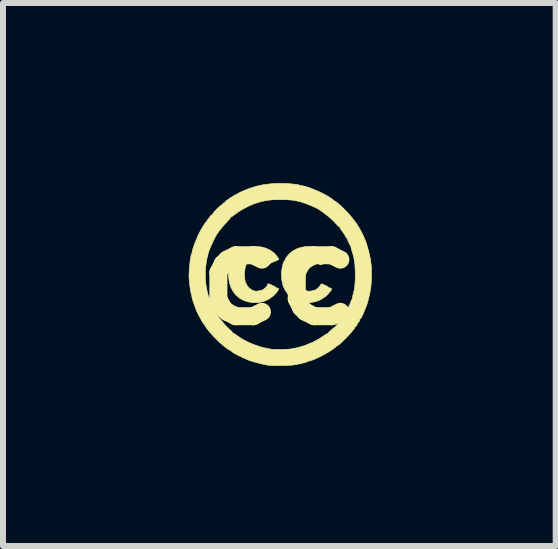
<source format=kicad_pcb>
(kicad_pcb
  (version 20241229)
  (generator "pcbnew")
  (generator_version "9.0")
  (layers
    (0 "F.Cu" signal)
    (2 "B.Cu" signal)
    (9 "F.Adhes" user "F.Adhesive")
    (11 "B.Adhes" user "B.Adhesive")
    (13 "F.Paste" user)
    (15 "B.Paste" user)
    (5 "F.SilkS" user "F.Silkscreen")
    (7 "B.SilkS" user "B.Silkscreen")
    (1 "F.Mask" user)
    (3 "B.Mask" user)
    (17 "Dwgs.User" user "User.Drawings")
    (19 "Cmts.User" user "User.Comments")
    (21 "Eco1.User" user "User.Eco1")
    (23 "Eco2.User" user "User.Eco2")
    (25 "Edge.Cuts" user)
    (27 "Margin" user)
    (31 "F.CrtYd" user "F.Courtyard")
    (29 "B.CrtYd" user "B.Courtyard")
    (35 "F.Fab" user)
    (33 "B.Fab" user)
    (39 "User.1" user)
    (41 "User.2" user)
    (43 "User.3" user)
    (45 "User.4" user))
  (footprint "cc"
    (layer "F.Cu")
    (at 1.604 1.529)
    (property "Reference" "cc" (at 0 0 0) (layer "F.SilkS") (effects (font (size 1.524 1.524) (thickness 0.3))))
    (attr through_hole)
    (fp_poly (pts (xy 0.948 0.851) (xy 0.944 0.855) (xy 0.94 0.851) (xy 0.944 0.847) (xy 0.948 0.851)) (stroke (width 0.01) (type solid)) (fill yes) (layer "F.SilkS"))
    (fp_poly (pts (xy 0.532 -0.471) (xy 0.612 -0.457) (xy 0.688 -0.431) (xy 0.75 -0.396) (xy 0.774 -0.378) (xy 0.799 -0.355) (xy 0.824 -0.329) (xy 0.847 -0.303) (xy 0.863 -0.281) (xy 0.872 -0.265) (xy 0.871 -0.259) (xy 0.862 -0.254) (xy 0.843 -0.244) (xy 0.834 -0.24) (xy 0.809 -0.227) (xy 0.777 -0.21) (xy 0.743 -0.192) (xy 0.742 -0.191) (xy 0.714 -0.177) (xy 0.692 -0.168) (xy 0.679 -0.166) (xy 0.678 -0.166) (xy 0.67 -0.177) (xy 0.66 -0.19) (xy 0.694 -0.19) (xy 0.698 -0.186) (xy 0.703 -0.19) (xy 0.698 -0.195) (xy 0.694 -0.19) (xy 0.66 -0.19) (xy 0.656 -0.196) (xy 0.654 -0.199) (xy 0.711 -0.199) (xy 0.715 -0.195) (xy 0.72 -0.199) (xy 0.715 -0.203) (xy 0.711 -0.199) (xy 0.654 -0.199) (xy 0.65 -0.204) (xy 0.647 -0.207) (xy 0.694 -0.207) (xy 0.698 -0.203) (xy 0.703 -0.207) (xy 0.698 -0.212) (xy 0.694 -0.207) (xy 0.647 -0.207) (xy 0.621 -0.233) (xy 0.583 -0.257) (xy 0.541 -0.273) (xy 0.531 -0.275) (xy 0.754 -0.275) (xy 0.758 -0.271) (xy 0.762 -0.275) (xy 0.758 -0.279) (xy 0.754 -0.275) (xy 0.531 -0.275) (xy 0.504 -0.279) (xy 0.45 -0.274) (xy 0.406 -0.256) (xy 0.367 -0.224) (xy 0.366 -0.224) (xy 0.335 -0.18) (xy 0.314 -0.126) (xy 0.301 -0.065) (xy 0.298 -0.001) (xy 0.304 0.064) (xy 0.319 0.124) (xy 0.343 0.177) (xy 0.369 0.212) (xy 0.382 0.228) (xy 0.386 0.238) (xy 0.385 0.238) (xy 0.388 0.243) (xy 0.392 0.244) (xy 0.406 0.247) (xy 0.428 0.254) (xy 0.451 0.263) (xy 0.467 0.27) (xy 0.47 0.272) (xy 0.481 0.274) (xy 0.504 0.273) (xy 0.534 0.268) (xy 0.565 0.261) (xy 0.592 0.254) (xy 0.609 0.247) (xy 0.612 0.245) (xy 0.662 0.245) (xy 0.664 0.246) (xy 0.671 0.24) (xy 0.673 0.237) (xy 0.675 0.229) (xy 0.674 0.229) (xy 0.666 0.235) (xy 0.665 0.237) (xy 0.662 0.245) (xy 0.612 0.245) (xy 0.631 0.231) (xy 0.655 0.208) (xy 0.678 0.182) (xy 0.693 0.158) (xy 0.696 0.152) (xy 0.705 0.15) (xy 0.727 0.158) (xy 0.761 0.173) (xy 0.764 0.174) (xy 0.793 0.19) (xy 0.814 0.203) (xy 0.824 0.211) (xy 0.825 0.213) (xy 0.827 0.217) (xy 0.832 0.216) (xy 0.847 0.217) (xy 0.858 0.223) (xy 0.868 0.231) (xy 0.869 0.241) (xy 0.861 0.259) (xy 0.86 0.261) (xy 0.848 0.278) (xy 0.838 0.283) (xy 0.837 0.283) (xy 0.831 0.282) (xy 0.832 0.285) (xy 0.83 0.297) (xy 0.815 0.318) (xy 0.787 0.345) (xy 0.762 0.365) (xy 0.689 0.413) (xy 0.61 0.445) (xy 0.526 0.461) (xy 0.437 0.462) (xy 0.392 0.456) (xy 0.314 0.436) (xy 0.278 0.419) (xy 0.339 0.419) (xy 0.343 0.423) (xy 0.347 0.419) (xy 0.343 0.415) (xy 0.339 0.419) (xy 0.278 0.419) (xy 0.243 0.403) (xy 0.194 0.368) (xy 0.72 0.368) (xy 0.724 0.373) (xy 0.728 0.368) (xy 0.724 0.364) (xy 0.72 0.368) (xy 0.194 0.368) (xy 0.18 0.359) (xy 0.142 0.32) (xy 0.094 0.251) (xy 0.06 0.174) (xy 0.053 0.14) (xy 0.059 0.14) (xy 0.064 0.144) (xy 0.068 0.14) (xy 0.064 0.135) (xy 0.059 0.14) (xy 0.053 0.14) (xy 0.041 0.088) (xy 0.036 -0.007) (xy 0.036 -0.03) (xy 0.04 -0.07) (xy 0.046 -0.111) (xy 0.054 -0.151) (xy 0.062 -0.184) (xy 0.065 -0.19) (xy 0.296 -0.19) (xy 0.301 -0.186) (xy 0.305 -0.19) (xy 0.301 -0.195) (xy 0.296 -0.19) (xy 0.065 -0.19) (xy 0.068 -0.199) (xy 0.322 -0.199) (xy 0.326 -0.195) (xy 0.33 -0.199) (xy 0.326 -0.203) (xy 0.322 -0.199) (xy 0.068 -0.199) (xy 0.071 -0.209) (xy 0.08 -0.223) (xy 0.085 -0.224) (xy 0.085 -0.224) (xy 0.102 -0.224) (xy 0.106 -0.22) (xy 0.11 -0.224) (xy 0.106 -0.229) (xy 0.102 -0.224) (xy 0.085 -0.224) (xy 0.089 -0.226) (xy 0.087 -0.234) (xy 0.086 -0.244) (xy 0.093 -0.241) (xy 0.1 -0.239) (xy 0.098 -0.244) (xy 0.099 -0.258) (xy 0.103 -0.267) (xy 0.119 -0.267) (xy 0.123 -0.262) (xy 0.127 -0.267) (xy 0.123 -0.271) (xy 0.119 -0.267) (xy 0.103 -0.267) (xy 0.111 -0.282) (xy 0.133 -0.312) (xy 0.146 -0.326) (xy 0.169 -0.326) (xy 0.174 -0.322) (xy 0.178 -0.326) (xy 0.174 -0.33) (xy 0.169 -0.326) (xy 0.146 -0.326) (xy 0.164 -0.347) (xy 0.169 -0.352) (xy 0.228 -0.4) (xy 0.248 -0.411) (xy 0.262 -0.411) (xy 0.267 -0.406) (xy 0.271 -0.411) (xy 0.267 -0.415) (xy 0.262 -0.411) (xy 0.248 -0.411) (xy 0.296 -0.436) (xy 0.371 -0.46) (xy 0.451 -0.472) (xy 0.532 -0.471)) (stroke (width 0.01) (type solid)) (fill yes) (layer "F.SilkS"))
    (fp_poly (pts (xy -0.295 -0.464) (xy -0.219 -0.442) (xy -0.15 -0.409) (xy -0.09 -0.365) (xy -0.071 -0.346) (xy -0.051 -0.323) (xy -0.033 -0.299) (xy -0.018 -0.278) (xy -0.01 -0.263) (xy -0.01 -0.259) (xy -0.025 -0.249) (xy -0.049 -0.237) (xy -0.076 -0.225) (xy -0.102 -0.215) (xy -0.122 -0.209) (xy -0.13 -0.209) (xy -0.135 -0.21) (xy -0.133 -0.207) (xy -0.136 -0.2) (xy -0.151 -0.188) (xy -0.163 -0.18) (xy -0.198 -0.16) (xy -0.216 -0.184) (xy -0.221 -0.19) (xy -0.186 -0.19) (xy -0.182 -0.186) (xy -0.178 -0.19) (xy -0.182 -0.195) (xy -0.186 -0.19) (xy -0.221 -0.19) (xy -0.228 -0.199) (xy -0.169 -0.199) (xy -0.165 -0.195) (xy -0.161 -0.199) (xy -0.165 -0.203) (xy -0.169 -0.199) (xy -0.228 -0.199) (xy -0.236 -0.207) (xy -0.186 -0.207) (xy -0.182 -0.203) (xy -0.178 -0.207) (xy -0.182 -0.212) (xy -0.186 -0.207) (xy -0.236 -0.207) (xy -0.25 -0.224) (xy -0.284 -0.252) (xy -0.311 -0.265) (xy -0.317 -0.267) (xy -0.034 -0.267) (xy -0.03 -0.262) (xy -0.025 -0.267) (xy -0.03 -0.271) (xy -0.034 -0.267) (xy -0.317 -0.267) (xy -0.366 -0.278) (xy -0.419 -0.276) (xy -0.468 -0.259) (xy -0.51 -0.228) (xy -0.544 -0.186) (xy -0.564 -0.14) (xy -0.574 -0.094) (xy -0.579 -0.04) (xy -0.58 0.016) (xy -0.576 0.07) (xy -0.568 0.114) (xy -0.565 0.124) (xy -0.54 0.174) (xy -0.504 0.218) (xy -0.461 0.25) (xy -0.446 0.258) (xy -0.418 0.269) (xy -0.393 0.272) (xy -0.363 0.271) (xy -0.354 0.269) (xy -0.322 0.263) (xy -0.291 0.255) (xy -0.277 0.249) (xy -0.256 0.235) (xy -0.241 0.223) (xy -0.219 0.223) (xy -0.217 0.227) (xy -0.208 0.236) (xy -0.203 0.235) (xy -0.203 0.233) (xy -0.209 0.226) (xy -0.213 0.224) (xy -0.219 0.223) (xy -0.241 0.223) (xy -0.233 0.215) (xy -0.213 0.194) (xy -0.199 0.174) (xy -0.195 0.165) (xy -0.186 0.165) (xy -0.182 0.169) (xy -0.178 0.165) (xy -0.182 0.161) (xy -0.186 0.165) (xy -0.195 0.165) (xy -0.195 0.164) (xy -0.189 0.15) (xy -0.187 0.148) (xy -0.176 0.15) (xy -0.156 0.157) (xy -0.13 0.169) (xy -0.101 0.183) (xy -0.075 0.197) (xy -0.053 0.21) (xy -0.041 0.22) (xy -0.04 0.223) (xy -0.039 0.226) (xy -0.032 0.224) (xy -0.017 0.222) (xy -0.012 0.23) (xy -0.016 0.246) (xy -0.028 0.269) (xy -0.047 0.294) (xy -0.071 0.322) (xy -0.1 0.349) (xy -0.107 0.356) (xy -0.181 0.407) (xy -0.26 0.442) (xy -0.344 0.461) (xy -0.432 0.463) (xy -0.512 0.452) (xy -0.592 0.427) (xy -0.663 0.388) (xy -0.681 0.372) (xy -0.677 0.368) (xy -0.682 0.364) (xy -0.686 0.368) (xy -0.686 0.369) (xy -0.723 0.337) (xy -0.725 0.334) (xy -0.703 0.334) (xy -0.699 0.339) (xy -0.694 0.334) (xy -0.699 0.33) (xy -0.703 0.334) (xy -0.725 0.334) (xy -0.772 0.275) (xy -0.776 0.267) (xy -0.77 0.267) (xy -0.766 0.271) (xy -0.762 0.267) (xy -0.766 0.262) (xy -0.77 0.267) (xy -0.776 0.267) (xy -0.797 0.224) (xy -0.525 0.224) (xy -0.521 0.229) (xy -0.516 0.224) (xy -0.521 0.22) (xy -0.525 0.224) (xy -0.797 0.224) (xy -0.809 0.202) (xy -0.834 0.119) (xy -0.846 0.028) (xy -0.846 -0.004) (xy -0.845 -0.044) (xy -0.84 -0.086) (xy -0.833 -0.127) (xy -0.825 -0.165) (xy -0.816 -0.196) (xy -0.806 -0.216) (xy -0.798 -0.224) (xy -0.795 -0.224) (xy -0.791 -0.226) (xy -0.793 -0.233) (xy -0.762 -0.233) (xy -0.758 -0.229) (xy -0.754 -0.233) (xy -0.533 -0.233) (xy -0.529 -0.229) (xy -0.525 -0.233) (xy -0.529 -0.237) (xy -0.533 -0.233) (xy -0.754 -0.233) (xy -0.758 -0.237) (xy -0.762 -0.233) (xy -0.793 -0.233) (xy -0.793 -0.234) (xy -0.795 -0.244) (xy -0.788 -0.241) (xy -0.78 -0.239) (xy -0.782 -0.244) (xy -0.783 -0.26) (xy -0.775 -0.277) (xy -0.522 -0.277) (xy -0.521 -0.272) (xy -0.516 -0.271) (xy -0.509 -0.274) (xy -0.51 -0.275) (xy -0.483 -0.275) (xy -0.478 -0.271) (xy -0.474 -0.275) (xy -0.478 -0.279) (xy -0.483 -0.275) (xy -0.51 -0.275) (xy -0.511 -0.277) (xy -0.521 -0.278) (xy -0.522 -0.277) (xy -0.775 -0.277) (xy -0.772 -0.283) (xy -0.765 -0.292) (xy -0.051 -0.292) (xy -0.047 -0.288) (xy -0.042 -0.292) (xy -0.047 -0.296) (xy -0.051 -0.292) (xy -0.765 -0.292) (xy -0.751 -0.311) (xy -0.737 -0.326) (xy -0.711 -0.326) (xy -0.707 -0.322) (xy -0.703 -0.326) (xy -0.707 -0.33) (xy -0.711 -0.326) (xy -0.737 -0.326) (xy -0.724 -0.341) (xy -0.694 -0.368) (xy -0.119 -0.368) (xy -0.114 -0.364) (xy -0.11 -0.368) (xy -0.114 -0.373) (xy -0.119 -0.368) (xy -0.694 -0.368) (xy -0.692 -0.37) (xy -0.657 -0.397) (xy -0.635 -0.411) (xy -0.618 -0.411) (xy -0.614 -0.406) (xy -0.61 -0.411) (xy -0.614 -0.415) (xy -0.618 -0.411) (xy -0.635 -0.411) (xy -0.623 -0.418) (xy -0.616 -0.422) (xy -0.538 -0.452) (xy -0.457 -0.469) (xy -0.375 -0.472) (xy -0.295 -0.464)) (stroke (width 0.01) (type solid)) (fill yes) (layer "F.SilkS"))
    (fp_poly (pts (xy 0.07 -1.523) (xy 0.125 -1.521) (xy 0.18 -1.517) (xy 0.232 -1.512) (xy 0.277 -1.507) (xy 0.313 -1.501) (xy 0.336 -1.495) (xy 0.342 -1.492) (xy 0.356 -1.488) (xy 0.372 -1.486) (xy 0.408 -1.479) (xy 0.456 -1.466) (xy 0.513 -1.447) (xy 0.574 -1.423) (xy 0.638 -1.396) (xy 0.701 -1.367) (xy 0.759 -1.337) (xy 0.81 -1.309) (xy 0.839 -1.29) (xy 0.866 -1.272) (xy 0.885 -1.257) (xy 0.896 -1.248) (xy 0.897 -1.245) (xy 0.889 -1.249) (xy 0.881 -1.251) (xy 0.883 -1.248) (xy 0.898 -1.241) (xy 0.901 -1.24) (xy 0.918 -1.234) (xy 0.944 -1.217) (xy 0.978 -1.19) (xy 1.019 -1.155) (xy 1.063 -1.112) (xy 1.111 -1.065) (xy 1.121 -1.055) (xy 1.146 -1.027) (xy 1.175 -0.994) (xy 1.206 -0.958) (xy 1.235 -0.921) (xy 1.262 -0.887) (xy 1.283 -0.858) (xy 1.298 -0.837) (xy 1.304 -0.825) (xy 1.304 -0.825) (xy 1.309 -0.814) (xy 1.315 -0.805) (xy 1.327 -0.788) (xy 1.343 -0.759) (xy 1.365 -0.719) (xy 1.389 -0.671) (xy 1.405 -0.638) (xy 1.421 -0.601) (xy 1.437 -0.562) (xy 1.451 -0.523) (xy 1.461 -0.49) (xy 1.468 -0.464) (xy 1.469 -0.449) (xy 1.469 -0.448) (xy 1.469 -0.441) (xy 1.471 -0.44) (xy 1.476 -0.432) (xy 1.484 -0.411) (xy 1.492 -0.379) (xy 1.501 -0.339) (xy 1.51 -0.295) (xy 1.519 -0.249) (xy 1.525 -0.207) (xy 1.531 -0.155) (xy 1.534 -0.091) (xy 1.535 -0.02) (xy 1.534 0.054) (xy 1.531 0.125) (xy 1.526 0.188) (xy 1.521 0.23) (xy 1.508 0.301) (xy 1.492 0.372) (xy 1.475 0.44) (xy 1.457 0.5) (xy 1.438 0.549) (xy 1.428 0.572) (xy 1.42 0.589) (xy 1.417 0.597) (xy 1.413 0.609) (xy 1.404 0.631) (xy 1.391 0.661) (xy 1.385 0.672) (xy 1.368 0.707) (xy 1.356 0.727) (xy 1.346 0.734) (xy 1.342 0.734) (xy 1.329 0.734) (xy 1.325 0.737) (xy 1.324 0.744) (xy 1.327 0.744) (xy 1.339 0.745) (xy 1.341 0.754) (xy 1.333 0.771) (xy 1.322 0.787) (xy 1.311 0.791) (xy 1.311 0.791) (xy 1.305 0.79) (xy 1.307 0.794) (xy 1.306 0.806) (xy 1.297 0.825) (xy 1.285 0.846) (xy 1.271 0.864) (xy 1.26 0.872) (xy 1.259 0.872) (xy 1.254 0.876) (xy 1.256 0.877) (xy 1.254 0.887) (xy 1.241 0.906) (xy 1.22 0.932) (xy 1.193 0.964) (xy 1.16 1) (xy 1.125 1.038) (xy 1.088 1.075) (xy 1.053 1.109) (xy 1.02 1.14) (xy 0.992 1.164) (xy 0.971 1.18) (xy 0.958 1.185) (xy 0.946 1.192) (xy 0.942 1.197) (xy 0.931 1.209) (xy 0.907 1.227) (xy 0.876 1.249) (xy 0.838 1.273) (xy 0.799 1.298) (xy 0.76 1.32) (xy 0.749 1.326) (xy 0.69 1.357) (xy 0.634 1.384) (xy 0.585 1.406) (xy 0.544 1.423) (xy 0.513 1.433) (xy 0.494 1.436) (xy 0.49 1.435) (xy 0.483 1.435) (xy 0.483 1.437) (xy 0.475 1.444) (xy 0.452 1.453) (xy 0.415 1.464) (xy 0.368 1.476) (xy 0.31 1.488) (xy 0.296 1.491) (xy 0.257 1.498) (xy 0.214 1.504) (xy 0.162 1.507) (xy 0.1 1.51) (xy 0.047 1.511) (xy -0.007 1.512) (xy -0.057 1.512) (xy -0.1 1.512) (xy -0.132 1.511) (xy -0.151 1.51) (xy -0.152 1.51) (xy -0.207 1.502) (xy -0.268 1.49) (xy -0.331 1.475) (xy -0.394 1.458) (xy -0.454 1.441) (xy -0.496 1.427) (xy -0.406 1.427) (xy -0.402 1.431) (xy -0.398 1.427) (xy -0.402 1.422) (xy -0.406 1.427) (xy -0.496 1.427) (xy -0.507 1.423) (xy -0.55 1.406) (xy -0.581 1.391) (xy -0.588 1.387) (xy -0.602 1.378) (xy -0.606 1.378) (xy -0.606 1.38) (xy -0.604 1.385) (xy -0.615 1.38) (xy -0.617 1.379) (xy -0.628 1.368) (xy -0.628 1.367) (xy 0.618 1.367) (xy 0.622 1.372) (xy 0.627 1.367) (xy 0.622 1.363) (xy 0.618 1.367) (xy -0.628 1.367) (xy -0.629 1.36) (xy -0.629 1.359) (xy -0.542 1.359) (xy -0.538 1.363) (xy -0.533 1.359) (xy -0.538 1.355) (xy -0.542 1.359) (xy -0.629 1.359) (xy -0.63 1.356) (xy -0.633 1.358) (xy -0.646 1.358) (xy -0.668 1.35) (xy -0.696 1.337) (xy -0.727 1.321) (xy -0.757 1.303) (xy -0.762 1.3) (xy -0.737 1.3) (xy -0.732 1.304) (xy -0.728 1.3) (xy -0.732 1.295) (xy -0.737 1.3) (xy -0.762 1.3) (xy -0.774 1.291) (xy -0.711 1.291) (xy -0.707 1.295) (xy -0.703 1.291) (xy -0.707 1.287) (xy -0.711 1.291) (xy -0.774 1.291) (xy -0.782 1.286) (xy -0.801 1.271) (xy -0.808 1.261) (xy -0.807 1.26) (xy -0.807 1.254) (xy -0.812 1.257) (xy -0.823 1.255) (xy -0.842 1.247) (xy -0.863 1.234) (xy -0.879 1.221) (xy -0.881 1.219) (xy -0.886 1.215) (xy -0.872 1.215) (xy -0.868 1.219) (xy -0.864 1.215) (xy -0.821 1.215) (xy -0.817 1.219) (xy -0.813 1.215) (xy -0.817 1.211) (xy -0.821 1.215) (xy -0.864 1.215) (xy -0.868 1.211) (xy -0.872 1.215) (xy -0.886 1.215) (xy -0.889 1.212) (xy -0.907 1.198) (xy -0.919 1.19) (xy -0.406 1.19) (xy -0.402 1.194) (xy -0.398 1.19) (xy -0.402 1.185) (xy -0.406 1.19) (xy -0.919 1.19) (xy -0.922 1.188) (xy -0.95 1.165) (xy -0.97 1.147) (xy -0.957 1.147) (xy -0.953 1.151) (xy -0.948 1.147) (xy -0.953 1.143) (xy -0.957 1.147) (xy -0.97 1.147) (xy -0.984 1.135) (xy -0.998 1.122) (xy -0.584 1.122) (xy -0.58 1.126) (xy -0.576 1.122) (xy -0.58 1.118) (xy -0.584 1.122) (xy -0.998 1.122) (xy -1.007 1.113) (xy -0.982 1.113) (xy -0.978 1.118) (xy -0.974 1.113) (xy -0.978 1.109) (xy -0.982 1.113) (xy -1.007 1.113) (xy -1.021 1.1) (xy -1.06 1.061) (xy -1.075 1.046) (xy -1.058 1.046) (xy -1.054 1.05) (xy -1.05 1.046) (xy -0.72 1.046) (xy -0.715 1.05) (xy -0.711 1.046) (xy -0.715 1.041) (xy -0.72 1.046) (xy -1.05 1.046) (xy -1.054 1.041) (xy -1.058 1.046) (xy -1.075 1.046) (xy -1.091 1.029) (xy -0.711 1.029) (xy -0.707 1.033) (xy -0.703 1.029) (xy -0.707 1.024) (xy -0.711 1.029) (xy -1.091 1.029) (xy -1.099 1.021) (xy -1.107 1.012) (xy -1.092 1.012) (xy -1.088 1.016) (xy -1.084 1.012) (xy -1.088 1.008) (xy -1.092 1.012) (xy -1.107 1.012) (xy -1.136 0.981) (xy -1.168 0.944) (xy -0.804 0.944) (xy -0.8 0.948) (xy -0.796 0.944) (xy -0.8 0.94) (xy -0.804 0.944) (xy -1.168 0.944) (xy -1.169 0.943) (xy -1.175 0.936) (xy -1.16 0.936) (xy -1.156 0.94) (xy -1.151 0.936) (xy -1.156 0.931) (xy -1.16 0.936) (xy -1.175 0.936) (xy -1.196 0.909) (xy -1.202 0.902) (xy -0.864 0.902) (xy -0.859 0.906) (xy -0.855 0.902) (xy -0.859 0.897) (xy -0.864 0.902) (xy -1.202 0.902) (xy -1.208 0.893) (xy -1.185 0.893) (xy -1.181 0.897) (xy -1.177 0.893) (xy -1.181 0.889) (xy -1.185 0.893) (xy -1.208 0.893) (xy -1.217 0.882) (xy -1.229 0.862) (xy -1.23 0.852) (xy -1.231 0.851) (xy -0.94 0.851) (xy -0.936 0.855) (xy -0.931 0.851) (xy -0.936 0.847) (xy -0.94 0.851) (xy -1.231 0.851) (xy -1.231 0.847) (xy -1.234 0.847) (xy -1.242 0.84) (xy -1.255 0.823) (xy -1.271 0.8) (xy -1.287 0.776) (xy -1.298 0.758) (xy -0.999 0.758) (xy -0.995 0.762) (xy -0.991 0.758) (xy -0.995 0.754) (xy -0.999 0.758) (xy -1.298 0.758) (xy -1.3 0.754) (xy -1.308 0.739) (xy -1.308 0.737) (xy -1.313 0.727) (xy -1.323 0.711) (xy -1.325 0.707) (xy -1.312 0.707) (xy -1.308 0.711) (xy -1.304 0.707) (xy -1.308 0.703) (xy -1.312 0.707) (xy -1.325 0.707) (xy -1.34 0.681) (xy -1.36 0.641) (xy -1.381 0.592) (xy -1.382 0.588) (xy -1.109 0.588) (xy -1.105 0.593) (xy -1.101 0.588) (xy -1.105 0.584) (xy -1.109 0.588) (xy -1.382 0.588) (xy -1.389 0.572) (xy -1.118 0.572) (xy -1.113 0.576) (xy -1.109 0.572) (xy -1.113 0.567) (xy -1.118 0.572) (xy -1.389 0.572) (xy -1.402 0.54) (xy -1.421 0.487) (xy -1.438 0.437) (xy -1.451 0.394) (xy -1.458 0.361) (xy -1.459 0.35) (xy -1.461 0.331) (xy -1.465 0.322) (xy -1.466 0.322) (xy -1.469 0.314) (xy -1.474 0.292) (xy -1.48 0.26) (xy -1.486 0.22) (xy -1.492 0.177) (xy -1.497 0.132) (xy -1.501 0.089) (xy -1.503 0.064) (xy -1.504 0.026) (xy -1.234 0.026) (xy -1.224 0.162) (xy -1.199 0.293) (xy -1.184 0.347) (xy -1.164 0.404) (xy -1.138 0.468) (xy -1.108 0.533) (xy -1.077 0.595) (xy -1.046 0.648) (xy -1.036 0.664) (xy -1.019 0.69) (xy -1.004 0.713) (xy -0.995 0.726) (xy -0.995 0.726) (xy -0.984 0.74) (xy -0.967 0.76) (xy -0.963 0.765) (xy -0.942 0.789) (xy -0.92 0.816) (xy -0.913 0.826) (xy -0.893 0.847) (xy -0.866 0.875) (xy -0.837 0.903) (xy -0.829 0.91) (xy -0.804 0.932) (xy -0.786 0.952) (xy -0.777 0.965) (xy -0.776 0.968) (xy -0.776 0.973) (xy -0.774 0.971) (xy -0.762 0.973) (xy -0.746 0.983) (xy -0.745 0.983) (xy -0.644 1.054) (xy -0.532 1.116) (xy -0.412 1.167) (xy -0.287 1.208) (xy -0.162 1.234) (xy -0.131 1.239) (xy -0.1 1.241) (xy -0.056 1.243) (xy -0.005 1.243) (xy 0.049 1.243) (xy 0.101 1.241) (xy 0.147 1.239) (xy 0.182 1.236) (xy 0.184 1.236) (xy 0.313 1.211) (xy 0.441 1.172) (xy 0.458 1.164) (xy 0.542 1.164) (xy 0.546 1.168) (xy 0.55 1.164) (xy 0.546 1.16) (xy 0.542 1.164) (xy 0.458 1.164) (xy 0.499 1.147) (xy 0.533 1.147) (xy 0.538 1.151) (xy 0.542 1.147) (xy 0.538 1.143) (xy 0.533 1.147) (xy 0.499 1.147) (xy 0.559 1.122) (xy 0.618 1.122) (xy 0.622 1.126) (xy 0.627 1.122) (xy 0.622 1.118) (xy 0.618 1.122) (xy 0.559 1.122) (xy 0.564 1.12) (xy 0.625 1.086) (xy 1.034 1.086) (xy 1.036 1.091) (xy 1.045 1.1) (xy 1.05 1.098) (xy 1.05 1.097) (xy 1.044 1.09) (xy 1.04 1.087) (xy 1.034 1.086) (xy 0.625 1.086) (xy 0.68 1.056) (xy 0.711 1.035) (xy 0.738 1.035) (xy 0.74 1.04) (xy 0.749 1.049) (xy 0.753 1.047) (xy 0.754 1.046) (xy 0.748 1.039) (xy 0.744 1.036) (xy 0.738 1.035) (xy 0.711 1.035) (xy 0.742 1.014) (xy 1.097 1.014) (xy 1.097 1.017) (xy 1.104 1.024) (xy 1.105 1.024) (xy 1.112 1.019) (xy 1.112 1.017) (xy 1.11 1.011) (xy 1.105 1.01) (xy 1.097 1.014) (xy 0.742 1.014) (xy 0.761 1.001) (xy 0.782 0.987) (xy 0.799 0.979) (xy 0.805 0.978) (xy 0.811 0.978) (xy 0.811 0.976) (xy 0.816 0.967) (xy 0.831 0.951) (xy 0.838 0.944) (xy 1.168 0.944) (xy 1.173 0.948) (xy 1.177 0.944) (xy 1.173 0.94) (xy 1.168 0.944) (xy 0.838 0.944) (xy 0.852 0.93) (xy 0.877 0.908) (xy 0.902 0.887) (xy 0.924 0.87) (xy 0.939 0.86) (xy 0.942 0.859) (xy 0.95 0.852) (xy 0.95 0.848) (xy 0.952 0.842) (xy 1.262 0.842) (xy 1.266 0.847) (xy 1.27 0.842) (xy 1.266 0.838) (xy 1.262 0.842) (xy 0.952 0.842) (xy 0.954 0.837) (xy 0.967 0.817) (xy 0.987 0.792) (xy 0.993 0.785) (xy 1.007 0.766) (xy 1.304 0.766) (xy 1.308 0.77) (xy 1.312 0.766) (xy 1.308 0.762) (xy 1.304 0.766) (xy 1.007 0.766) (xy 1.044 0.719) (xy 1.086 0.656) (xy 1.135 0.656) (xy 1.139 0.66) (xy 1.143 0.656) (xy 1.372 0.656) (xy 1.376 0.66) (xy 1.38 0.656) (xy 1.376 0.652) (xy 1.372 0.656) (xy 1.143 0.656) (xy 1.139 0.652) (xy 1.135 0.656) (xy 1.086 0.656) (xy 1.094 0.644) (xy 1.097 0.639) (xy 1.143 0.639) (xy 1.147 0.643) (xy 1.151 0.639) (xy 1.147 0.635) (xy 1.143 0.639) (xy 1.097 0.639) (xy 1.138 0.566) (xy 1.174 0.491) (xy 1.186 0.461) (xy 1.202 0.461) (xy 1.206 0.466) (xy 1.211 0.461) (xy 1.206 0.457) (xy 1.202 0.461) (xy 1.186 0.461) (xy 1.197 0.433) (xy 1.207 0.411) (xy 1.448 0.411) (xy 1.452 0.415) (xy 1.456 0.411) (xy 1.452 0.406) (xy 1.448 0.411) (xy 1.207 0.411) (xy 1.207 0.411) (xy 1.213 0.4) (xy 1.218 0.391) (xy 1.216 0.389) (xy 1.216 0.382) (xy 1.22 0.364) (xy 1.223 0.349) (xy 1.239 0.291) (xy 1.25 0.235) (xy 1.258 0.177) (xy 1.263 0.113) (xy 1.265 0.038) (xy 1.265 -0.008) (xy 1.263 -0.094) (xy 1.259 -0.167) (xy 1.251 -0.233) (xy 1.239 -0.297) (xy 1.221 -0.362) (xy 1.206 -0.413) (xy 1.197 -0.444) (xy 1.191 -0.469) (xy 1.19 -0.484) (xy 1.191 -0.485) (xy 1.191 -0.487) (xy 1.202 -0.487) (xy 1.206 -0.483) (xy 1.211 -0.487) (xy 1.206 -0.491) (xy 1.202 -0.487) (xy 1.191 -0.487) (xy 1.192 -0.491) (xy 1.189 -0.489) (xy 1.183 -0.493) (xy 1.172 -0.508) (xy 1.16 -0.53) (xy 1.148 -0.556) (xy 1.138 -0.58) (xy 1.136 -0.588) (xy 1.143 -0.588) (xy 1.147 -0.584) (xy 1.151 -0.588) (xy 1.147 -0.593) (xy 1.143 -0.588) (xy 1.136 -0.588) (xy 1.133 -0.598) (xy 1.133 -0.603) (xy 1.129 -0.619) (xy 1.124 -0.623) (xy 1.119 -0.624) (xy 1.122 -0.618) (xy 1.124 -0.611) (xy 1.119 -0.613) (xy 1.11 -0.624) (xy 1.109 -0.627) (xy 1.104 -0.64) (xy 1.091 -0.663) (xy 1.073 -0.691) (xy 1.051 -0.722) (xy 1.035 -0.743) (xy 1.025 -0.758) (xy 1.075 -0.758) (xy 1.079 -0.754) (xy 1.084 -0.758) (xy 1.079 -0.762) (xy 1.075 -0.758) (xy 1.025 -0.758) (xy 1.02 -0.765) (xy 1.012 -0.782) (xy 1.013 -0.789) (xy 1.014 -0.795) (xy 1.01 -0.793) (xy 1.001 -0.797) (xy 0.984 -0.811) (xy 0.962 -0.833) (xy 0.948 -0.849) (xy 0.905 -0.894) (xy 0.897 -0.902) (xy 1.211 -0.902) (xy 1.215 -0.897) (xy 1.219 -0.902) (xy 1.215 -0.906) (xy 1.211 -0.902) (xy 0.897 -0.902) (xy 0.851 -0.944) (xy 0.841 -0.953) (xy 0.864 -0.953) (xy 0.868 -0.948) (xy 0.872 -0.953) (xy 0.868 -0.957) (xy 0.864 -0.953) (xy 0.841 -0.953) (xy 0.831 -0.961) (xy 0.948 -0.961) (xy 0.952 -0.957) (xy 0.957 -0.961) (xy 0.952 -0.965) (xy 0.948 -0.961) (xy 0.831 -0.961) (xy 0.791 -0.994) (xy 0.768 -1.012) (xy 0.813 -1.012) (xy 0.817 -1.008) (xy 0.821 -1.012) (xy 0.817 -1.016) (xy 0.813 -1.012) (xy 0.768 -1.012) (xy 0.757 -1.02) (xy 0.779 -1.02) (xy 0.783 -1.016) (xy 0.787 -1.02) (xy 0.783 -1.024) (xy 0.779 -1.02) (xy 0.757 -1.02) (xy 0.73 -1.041) (xy 0.698 -1.063) (xy 0.72 -1.063) (xy 0.724 -1.058) (xy 0.728 -1.063) (xy 0.724 -1.067) (xy 0.72 -1.063) (xy 0.698 -1.063) (xy 0.682 -1.074) (xy 0.654 -1.092) (xy 0.633 -1.105) (xy 0.991 -1.105) (xy 0.995 -1.101) (xy 0.999 -1.105) (xy 0.995 -1.109) (xy 0.991 -1.105) (xy 0.633 -1.105) (xy 0.632 -1.106) (xy 0.62 -1.113) (xy 0.618 -1.114) (xy 0.609 -1.118) (xy 0.588 -1.127) (xy 0.561 -1.139) (xy 0.555 -1.142) (xy 0.542 -1.147) (xy 0.999 -1.147) (xy 1.003 -1.143) (xy 1.008 -1.147) (xy 1.003 -1.151) (xy 0.999 -1.147) (xy 0.542 -1.147) (xy 0.461 -1.181) (xy 0.965 -1.181) (xy 0.969 -1.177) (xy 0.974 -1.181) (xy 0.969 -1.185) (xy 0.965 -1.181) (xy 0.461 -1.181) (xy 0.45 -1.186) (xy 0.412 -1.198) (xy 0.474 -1.198) (xy 0.478 -1.194) (xy 0.483 -1.198) (xy 0.478 -1.202) (xy 0.474 -1.198) (xy 0.412 -1.198) (xy 0.347 -1.219) (xy 0.242 -1.241) (xy 0.131 -1.253) (xy 0.017 -1.257) (xy -0.106 -1.252) (xy -0.219 -1.239) (xy -0.325 -1.215) (xy -0.427 -1.182) (xy -0.486 -1.157) (xy -0.519 -1.142) (xy -0.558 -1.121) (xy -0.6 -1.098) (xy -0.641 -1.075) (xy -0.677 -1.053) (xy -0.704 -1.035) (xy -0.717 -1.025) (xy -0.743 -1.004) (xy -0.769 -0.985) (xy -0.791 -0.971) (xy -0.806 -0.964) (xy -0.809 -0.964) (xy -0.813 -0.963) (xy -0.811 -0.96) (xy -0.814 -0.952) (xy -0.827 -0.935) (xy -0.848 -0.91) (xy -0.874 -0.881) (xy -0.875 -0.88) (xy -0.91 -0.842) (xy -0.945 -0.803) (xy -0.976 -0.765) (xy -1.002 -0.732) (xy -1.021 -0.705) (xy -1.03 -0.689) (xy -1.039 -0.682) (xy -1.044 -0.683) (xy -1.048 -0.683) (xy -1.046 -0.678) (xy -1.046 -0.664) (xy -1.052 -0.654) (xy -1.064 -0.637) (xy -1.08 -0.607) (xy -1.098 -0.569) (xy -1.119 -0.526) (xy -1.139 -0.481) (xy -1.157 -0.437) (xy -1.172 -0.399) (xy -1.18 -0.376) (xy -1.212 -0.246) (xy -1.23 -0.11) (xy -1.234 0.026) (xy -1.504 0.026) (xy -1.505 0.025) (xy -1.504 -0.021) (xy -1.501 -0.072) (xy -1.497 -0.125) (xy -1.492 -0.178) (xy -1.487 -0.229) (xy -1.48 -0.275) (xy -1.473 -0.313) (xy -1.467 -0.341) (xy -1.46 -0.357) (xy -1.455 -0.359) (xy -1.451 -0.361) (xy -1.453 -0.368) (xy -1.453 -0.38) (xy -1.447 -0.404) (xy -1.439 -0.436) (xy -1.428 -0.471) (xy -1.415 -0.507) (xy -1.403 -0.54) (xy -1.392 -0.566) (xy -1.385 -0.58) (xy -1.118 -0.58) (xy -1.113 -0.576) (xy -1.109 -0.58) (xy -1.113 -0.584) (xy -1.118 -0.58) (xy -1.385 -0.58) (xy -1.383 -0.583) (xy -1.378 -0.587) (xy -1.373 -0.587) (xy -1.375 -0.591) (xy -1.375 -0.604) (xy -1.367 -0.627) (xy -1.353 -0.659) (xy -1.334 -0.697) (xy -1.332 -0.701) (xy -1.317 -0.701) (xy -1.315 -0.697) (xy -1.309 -0.697) (xy -1.294 -0.702) (xy -1.291 -0.705) (xy -1.292 -0.708) (xy -1.299 -0.708) (xy -1.314 -0.703) (xy -1.317 -0.701) (xy -1.332 -0.701) (xy -1.312 -0.738) (xy -1.291 -0.775) (xy -0.999 -0.775) (xy -0.995 -0.77) (xy -0.991 -0.775) (xy -0.995 -0.779) (xy -0.999 -0.775) (xy -1.291 -0.775) (xy -1.288 -0.779) (xy -1.276 -0.8) (xy -0.991 -0.8) (xy -0.986 -0.796) (xy -0.982 -0.8) (xy -0.986 -0.804) (xy -0.991 -0.8) (xy -1.276 -0.8) (xy -1.265 -0.818) (xy -1.254 -0.834) (xy -0.94 -0.834) (xy -0.936 -0.83) (xy -0.931 -0.834) (xy -0.936 -0.838) (xy -0.94 -0.834) (xy -1.254 -0.834) (xy -1.243 -0.852) (xy -1.223 -0.879) (xy -1.208 -0.896) (xy -1.199 -0.9) (xy -1.199 -0.9) (xy -1.194 -0.899) (xy -1.196 -0.901) (xy -1.198 -0.913) (xy -1.191 -0.926) (xy -1.181 -0.935) (xy -1.175 -0.934) (xy -1.17 -0.934) (xy -1.173 -0.94) (xy -1.175 -0.947) (xy -1.164 -0.945) (xy -1.154 -0.943) (xy -1.158 -0.95) (xy -1.159 -0.951) (xy -1.162 -0.962) (xy -1.154 -0.975) (xy -1.144 -0.985) (xy -1.143 -0.986) (xy -0.796 -0.986) (xy -0.792 -0.982) (xy -0.787 -0.986) (xy -0.792 -0.991) (xy -0.796 -0.986) (xy -1.143 -0.986) (xy -1.128 -0.998) (xy -1.115 -1.002) (xy -1.114 -1.001) (xy -1.111 -1.001) (xy -1.113 -1.006) (xy -1.11 -1.016) (xy -1.097 -1.035) (xy -1.077 -1.059) (xy -1.073 -1.063) (xy -0.728 -1.063) (xy -0.724 -1.058) (xy -0.72 -1.063) (xy -0.724 -1.067) (xy -0.728 -1.063) (xy -1.073 -1.063) (xy -1.052 -1.085) (xy -1.041 -1.096) (xy -0.703 -1.096) (xy -0.699 -1.092) (xy -0.694 -1.096) (xy -0.699 -1.101) (xy -0.703 -1.096) (xy -1.041 -1.096) (xy -1.025 -1.112) (xy -1.024 -1.113) (xy -1.008 -1.113) (xy -1.003 -1.109) (xy -0.999 -1.113) (xy -1.003 -1.118) (xy -1.008 -1.113) (xy -1.024 -1.113) (xy -1 -1.136) (xy -0.996 -1.139) (xy -0.982 -1.139) (xy -0.978 -1.135) (xy -0.974 -1.139) (xy -0.978 -1.143) (xy -0.982 -1.139) (xy -0.996 -1.139) (xy -0.986 -1.147) (xy -0.542 -1.147) (xy -0.538 -1.143) (xy -0.533 -1.147) (xy -0.538 -1.151) (xy -0.542 -1.147) (xy -0.986 -1.147) (xy -0.978 -1.154) (xy -0.963 -1.164) (xy -0.958 -1.164) (xy -0.951 -1.164) (xy -0.952 -1.167) (xy -0.95 -1.178) (xy -0.939 -1.19) (xy -0.924 -1.198) (xy -0.914 -1.198) (xy -0.907 -1.196) (xy -0.909 -1.2) (xy -0.907 -1.211) (xy -0.894 -1.225) (xy -0.891 -1.227) (xy -0.873 -1.241) (xy -0.863 -1.249) (xy -0.838 -1.249) (xy -0.834 -1.245) (xy -0.83 -1.249) (xy -0.813 -1.249) (xy -0.809 -1.245) (xy -0.804 -1.249) (xy -0.809 -1.253) (xy -0.813 -1.249) (xy -0.83 -1.249) (xy -0.834 -1.253) (xy -0.838 -1.249) (xy -0.863 -1.249) (xy -0.86 -1.251) (xy -0.859 -1.251) (xy -0.839 -1.266) (xy 0.847 -1.266) (xy 0.851 -1.262) (xy 0.855 -1.266) (xy 0.851 -1.27) (xy 0.847 -1.266) (xy -0.839 -1.266) (xy -0.832 -1.271) (xy -0.814 -1.283) (xy -0.779 -1.283) (xy -0.775 -1.278) (xy -0.77 -1.283) (xy -0.775 -1.287) (xy -0.779 -1.283) (xy -0.814 -1.283) (xy -0.793 -1.296) (xy -0.759 -1.317) (xy -0.737 -1.317) (xy -0.732 -1.312) (xy -0.728 -1.317) (xy -0.732 -1.321) (xy -0.737 -1.317) (xy -0.759 -1.317) (xy -0.747 -1.323) (xy -0.744 -1.325) (xy -0.711 -1.325) (xy -0.707 -1.321) (xy -0.703 -1.325) (xy -0.707 -1.329) (xy -0.711 -1.325) (xy -0.744 -1.325) (xy -0.699 -1.35) (xy 0.686 -1.35) (xy 0.69 -1.346) (xy 0.694 -1.35) (xy 0.69 -1.355) (xy 0.686 -1.35) (xy -0.699 -1.35) (xy -0.698 -1.351) (xy -0.651 -1.375) (xy -0.632 -1.384) (xy -0.474 -1.384) (xy -0.47 -1.38) (xy -0.466 -1.384) (xy -0.47 -1.389) (xy -0.474 -1.384) (xy -0.632 -1.384) (xy -0.631 -1.385) (xy -0.51 -1.436) (xy -0.389 -1.475) (xy -0.265 -1.502) (xy -0.134 -1.518) (xy 0.007 -1.524) (xy 0.019 -1.524) (xy 0.07 -1.523)) (stroke (width 0.01) (type solid)) (fill yes) (layer "F.SilkS")))
  (gr_rect
    (start -3 -3)
    (end 6.208 6.046)
    (stroke (width 0.1) (type default))
    (fill no)
    (layer "Edge.Cuts")))
</source>
